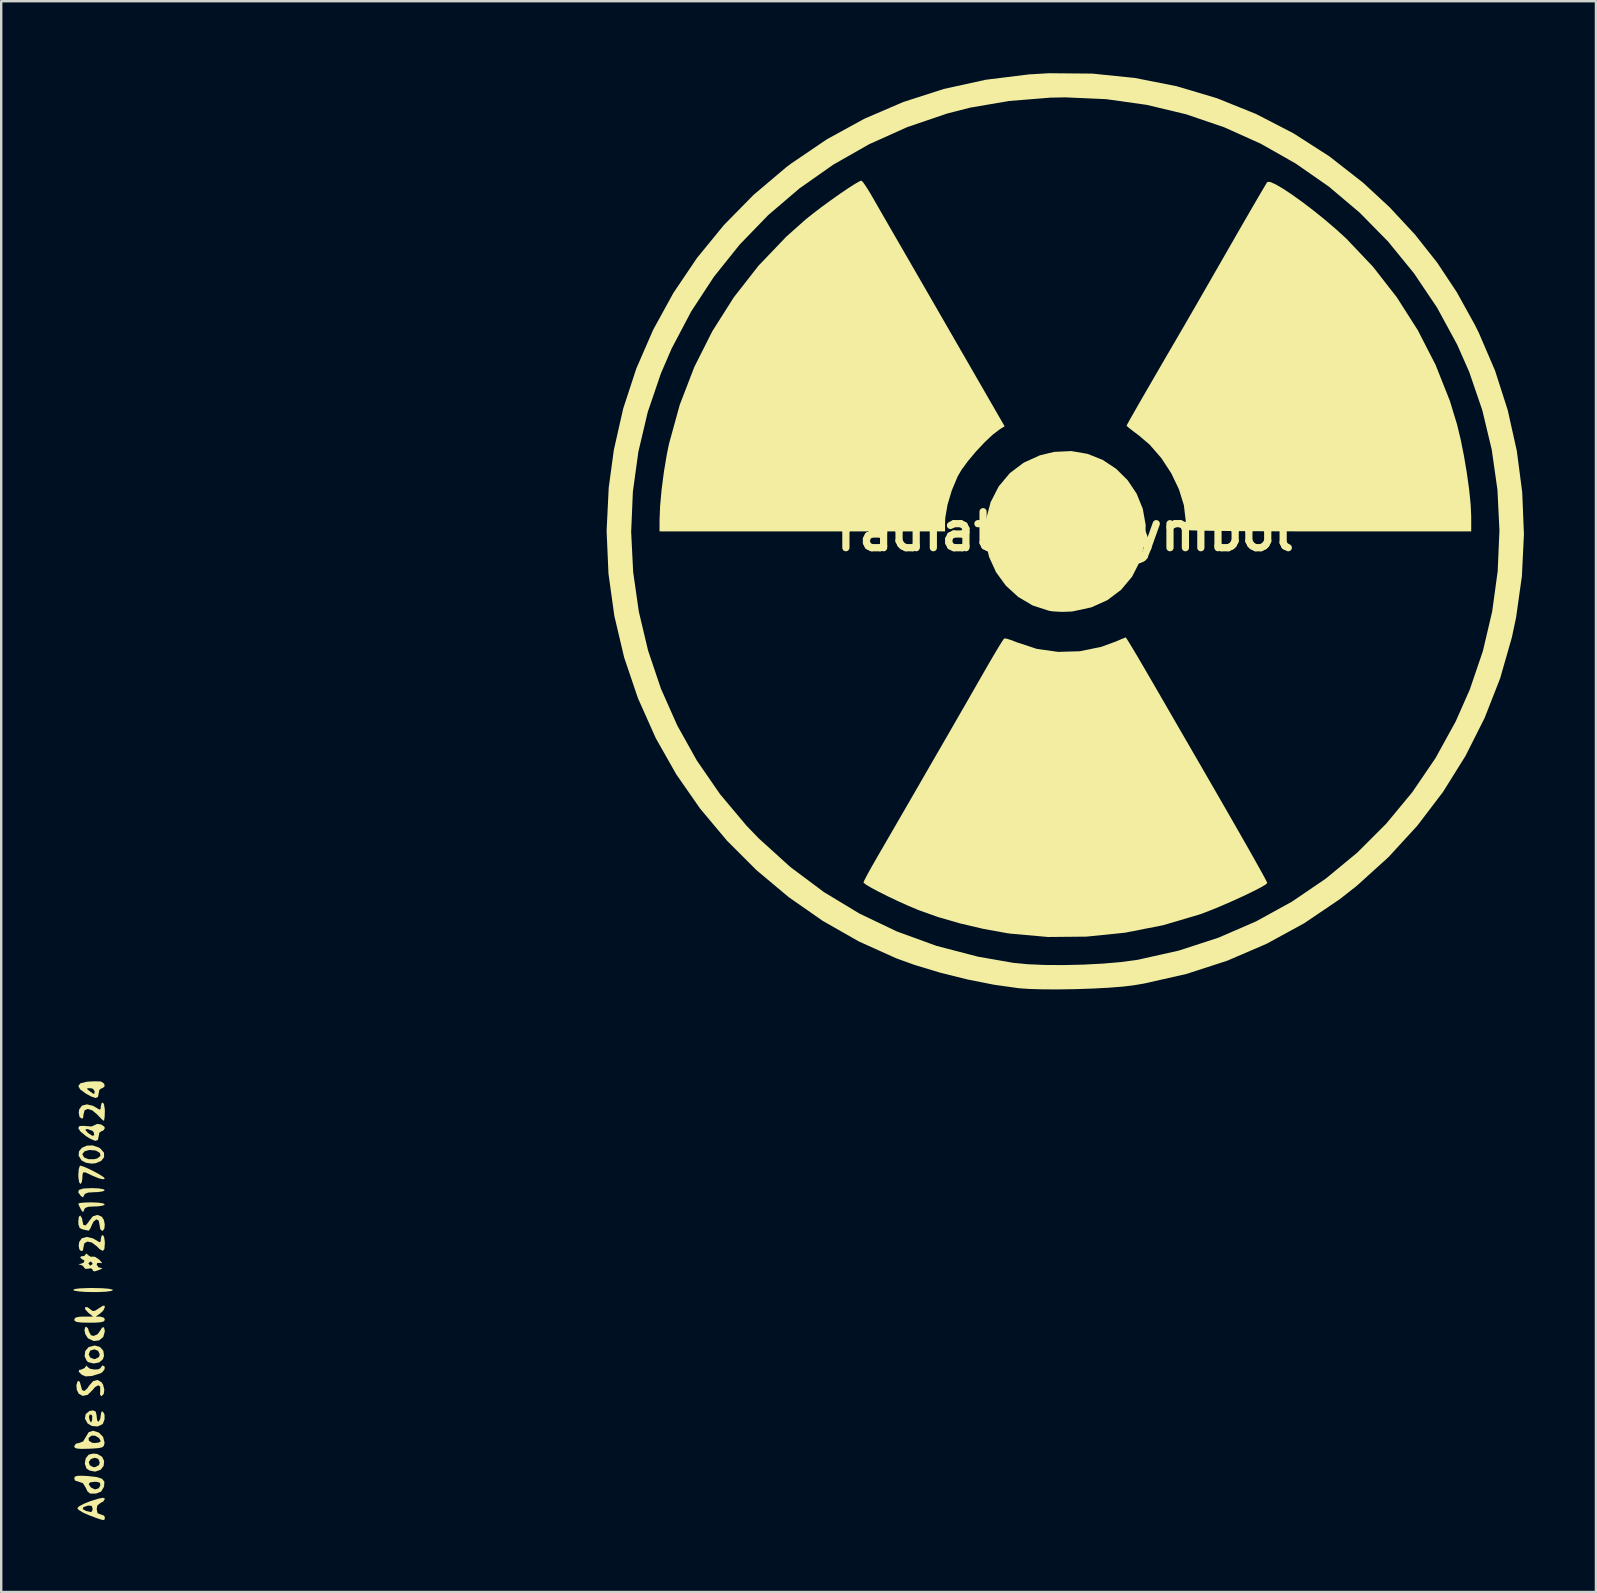
<source format=kicad_pcb>
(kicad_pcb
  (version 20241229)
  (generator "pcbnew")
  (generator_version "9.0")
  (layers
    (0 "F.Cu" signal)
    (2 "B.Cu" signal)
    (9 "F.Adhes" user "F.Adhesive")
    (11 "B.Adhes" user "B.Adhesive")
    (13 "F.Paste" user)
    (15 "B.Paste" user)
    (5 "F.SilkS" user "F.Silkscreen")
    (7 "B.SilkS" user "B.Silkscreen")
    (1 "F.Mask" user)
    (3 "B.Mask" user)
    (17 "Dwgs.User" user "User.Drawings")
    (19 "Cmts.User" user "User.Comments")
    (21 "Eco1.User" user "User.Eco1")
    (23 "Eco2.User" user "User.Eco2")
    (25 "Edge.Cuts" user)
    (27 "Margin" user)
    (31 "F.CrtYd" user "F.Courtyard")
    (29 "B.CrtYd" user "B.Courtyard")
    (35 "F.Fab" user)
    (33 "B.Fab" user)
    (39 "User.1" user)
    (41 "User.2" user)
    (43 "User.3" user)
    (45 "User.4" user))
  (footprint "radiation_symbol"
    (layer "F.Cu")
    (at 41.328 19.086)
    (property "Reference" "radiation_symbol" (at 0 0 0) (layer "F.SilkS") (effects (font (size 1.5 1.5) (thickness 0.3))))
    (attr board_only exclude_from_pos_files exclude_from_bom)
    (fp_poly (pts (xy -40.275 27.366) (xy -40.077 27.398) (xy -40.011 27.439) (xy -40.088 27.488) (xy -40.283 27.518) (xy -40.43 27.524) (xy -40.704 27.54) (xy -40.842 27.595) (xy -40.876 27.656) (xy -40.92 27.741) (xy -41.01 27.682) (xy -41.12 27.529) (xy -41.088 27.428) (xy -40.906 27.371) (xy -40.565 27.354) (xy -40.564 27.354)) (stroke (width 0) (type solid)) (fill yes) (layer "F.SilkS"))
    (fp_poly (pts (xy -40.13 31.524) (xy -39.843 31.547) (xy -39.69 31.581) (xy -39.672 31.601) (xy -39.752 31.641) (xy -39.976 31.67) (xy -40.317 31.685) (xy -40.474 31.686) (xy -40.829 31.678) (xy -41.115 31.655) (xy -41.292 31.622) (xy -41.328 31.601) (xy -41.275 31.559) (xy -41.062 31.531) (xy -40.698 31.517) (xy -40.526 31.516)) (stroke (width 0) (type solid)) (fill yes) (layer "F.SilkS"))
    (fp_poly (pts (xy -40.275 27.96) (xy -40.077 27.992) (xy -40.011 28.033) (xy -40.088 28.082) (xy -40.283 28.113) (xy -40.43 28.118) (xy -40.695 28.132) (xy -40.832 28.181) (xy -40.88 28.267) (xy -40.913 28.357) (xy -40.969 28.306) (xy -41.013 28.23) (xy -41.092 28.071) (xy -41.116 27.997) (xy -41.038 27.972) (xy -40.835 27.955) (xy -40.564 27.948)) (stroke (width 0) (type solid)) (fill yes) (layer "F.SilkS"))
    (fp_poly (pts (xy -40.71 33.203) (xy -40.676 33.322) (xy -40.591 33.481) (xy -40.479 33.513) (xy -40.314 33.441) (xy -40.225 33.322) (xy -40.124 33.16) (xy -40.046 33.155) (xy -40.012 33.307) (xy -40.011 33.326) (xy -40.079 33.559) (xy -40.249 33.698) (xy -40.471 33.725) (xy -40.695 33.621) (xy -40.727 33.592) (xy -40.823 33.439) (xy -40.86 33.271) (xy -40.83 33.151) (xy -40.782 33.13)) (stroke (width 0) (type solid)) (fill yes) (layer "F.SilkS"))
    (fp_poly (pts (xy -40.013 34.796) (xy -40.027 34.91) (xy -40.121 35.028) (xy -40.203 35.074) (xy -40.562 35.182) (xy -40.812 35.197) (xy -40.967 35.134) (xy -41.099 35.003) (xy -41.081 34.928) (xy -40.995 34.914) (xy -40.854 34.849) (xy -40.825 34.808) (xy -40.77 34.746) (xy -40.726 34.808) (xy -40.625 34.879) (xy -40.453 34.911) (xy -40.282 34.902) (xy -40.185 34.848) (xy -40.181 34.829) (xy -40.117 34.747) (xy -40.096 34.744)) (stroke (width 0) (type solid)) (fill yes) (layer "F.SilkS"))
    (fp_poly (pts (xy -40.901 26.456) (xy -40.688 26.548) (xy -40.444 26.67) (xy -40.217 26.796) (xy -40.058 26.901) (xy -40.011 26.953) (xy -40.08 26.987) (xy -40.262 26.946) (xy -40.525 26.839) (xy -40.623 26.791) (xy -40.824 26.698) (xy -40.918 26.704) (xy -40.944 26.826) (xy -40.946 26.929) (xy -40.97 27.108) (xy -41.03 27.184) (xy -41.031 27.184) (xy -41.081 27.108) (xy -41.112 26.916) (xy -41.116 26.802) (xy -41.099 26.574) (xy -41.057 26.437) (xy -41.033 26.419)) (stroke (width 0) (type solid)) (fill yes) (layer "F.SilkS"))
    (fp_poly (pts (xy -40.328 38.427) (xy -40.126 38.544) (xy -40.04 38.726) (xy -40.062 38.924) (xy -40.185 39.086) (xy -40.402 39.161) (xy -40.429 39.162) (xy -40.642 39.121) (xy -40.772 39.039) (xy -40.846 38.835) (xy -40.835 38.767) (xy -40.68 38.767) (xy -40.638 38.897) (xy -40.504 38.975) (xy -40.415 38.977) (xy -40.255 38.892) (xy -40.224 38.781) (xy -40.287 38.629) (xy -40.442 38.586) (xy -40.597 38.644) (xy -40.68 38.767) (xy -40.835 38.767) (xy -40.807 38.609) (xy -40.683 38.457) (xy -40.501 38.412)) (stroke (width 0) (type solid)) (fill yes) (layer "F.SilkS"))
    (fp_poly (pts (xy -40.043 29.383) (xy -40.014 29.571) (xy -40.011 29.647) (xy -40.029 29.889) (xy -40.093 29.972) (xy -40.221 29.902) (xy -40.354 29.771) (xy -40.556 29.619) (xy -40.74 29.581) (xy -40.865 29.657) (xy -40.897 29.796) (xy -40.925 29.956) (xy -41.006 29.975) (xy -41.076 29.898) (xy -41.1 29.752) (xy -41.08 29.6) (xy -40.966 29.442) (xy -40.761 29.389) (xy -40.51 29.446) (xy -40.37 29.525) (xy -40.234 29.609) (xy -40.186 29.578) (xy -40.181 29.482) (xy -40.147 29.342) (xy -40.096 29.308)) (stroke (width 0) (type solid)) (fill yes) (layer "F.SilkS"))
    (fp_poly (pts (xy -40.216 33.971) (xy -40.075 34.125) (xy -40.044 34.341) (xy -40.095 34.486) (xy -40.248 34.617) (xy -40.474 34.66) (xy -40.691 34.608) (xy -40.759 34.558) (xy -40.854 34.361) (xy -40.845 34.283) (xy -40.684 34.283) (xy -40.616 34.416) (xy -40.46 34.477) (xy -40.415 34.474) (xy -40.255 34.39) (xy -40.224 34.278) (xy -40.291 34.133) (xy -40.444 34.07) (xy -40.606 34.118) (xy -40.626 34.136) (xy -40.684 34.283) (xy -40.845 34.283) (xy -40.828 34.143) (xy -40.691 33.98) (xy -40.683 33.976) (xy -40.431 33.911)) (stroke (width 0) (type solid)) (fill yes) (layer "F.SilkS"))
    (fp_poly (pts (xy -40.147 35.443) (xy -40.083 35.546) (xy -40.032 35.755) (xy -40.059 35.933) (xy -40.152 36.018) (xy -40.167 36.019) (xy -40.211 35.948) (xy -40.204 35.816) (xy -40.204 35.623) (xy -40.286 35.566) (xy -40.424 35.648) (xy -40.52 35.763) (xy -40.726 35.966) (xy -40.932 36.01) (xy -41.099 35.917) (xy -41.179 35.757) (xy -41.196 35.559) (xy -41.146 35.406) (xy -41.122 35.385) (xy -41.056 35.42) (xy -41.015 35.565) (xy -40.958 35.767) (xy -40.859 35.806) (xy -40.728 35.681) (xy -40.674 35.593) (xy -40.501 35.396) (xy -40.314 35.345)) (stroke (width 0) (type solid)) (fill yes) (layer "F.SilkS"))
    (fp_poly (pts (xy -40.046 23.862) (xy -40.015 24.054) (xy -40.011 24.168) (xy -40.02 24.396) (xy -40.041 24.533) (xy -40.053 24.551) (xy -40.13 24.493) (xy -40.273 24.35) (xy -40.325 24.292) (xy -40.533 24.117) (xy -40.721 24.056) (xy -40.853 24.112) (xy -40.897 24.274) (xy -40.916 24.424) (xy -40.955 24.466) (xy -41.064 24.394) (xy -41.099 24.213) (xy -41.08 24.078) (xy -40.966 23.92) (xy -40.761 23.867) (xy -40.51 23.924) (xy -40.37 24.003) (xy -40.234 24.087) (xy -40.186 24.057) (xy -40.181 23.961) (xy -40.147 23.82) (xy -40.096 23.786)) (stroke (width 0) (type solid)) (fill yes) (layer "F.SilkS"))
    (fp_poly (pts (xy -40.264 25.662) (xy -40.2 25.702) (xy -40.047 25.879) (xy -40.041 26.063) (xy -40.162 26.22) (xy -40.392 26.318) (xy -40.564 26.334) (xy -40.802 26.296) (xy -40.98 26.203) (xy -40.982 26.201) (xy -41.104 26.002) (xy -41.099 25.951) (xy -40.946 25.951) (xy -40.873 26.079) (xy -40.69 26.15) (xy -40.453 26.15) (xy -40.316 26.113) (xy -40.193 26.012) (xy -40.216 25.891) (xy -40.373 25.796) (xy -40.401 25.788) (xy -40.653 25.765) (xy -40.852 25.818) (xy -40.944 25.931) (xy -40.946 25.951) (xy -41.099 25.951) (xy -41.087 25.819) (xy -40.963 25.674) (xy -40.763 25.586) (xy -40.52 25.576)) (stroke (width 0) (type solid)) (fill yes) (layer "F.SilkS"))
    (fp_poly (pts (xy -40.219 22.911) (xy -40.16 22.92) (xy -40.04 23.001) (xy -40.019 23.114) (xy -40.101 23.187) (xy -40.139 23.191) (xy -40.241 23.265) (xy -40.266 23.404) (xy -40.295 23.557) (xy -40.396 23.601) (xy -40.59 23.534) (xy -40.796 23.421) (xy -41.039 23.243) (xy -41.063 23.199) (xy -40.751 23.199) (xy -40.733 23.245) (xy -40.643 23.316) (xy -40.499 23.42) (xy -40.444 23.422) (xy -40.436 23.322) (xy -40.436 23.319) (xy -40.508 23.215) (xy -40.622 23.191) (xy -40.751 23.199) (xy -41.063 23.199) (xy -41.116 23.098) (xy -41.029 22.99) (xy -40.778 22.926) (xy -40.712 22.919) (xy -40.439 22.905)) (stroke (width 0) (type solid)) (fill yes) (layer "F.SilkS"))
    (fp_poly (pts (xy -40.021 32.256) (xy -40.011 32.313) (xy -40.075 32.454) (xy -40.2 32.573) (xy -40.389 32.706) (xy -40.2 32.706) (xy -40.047 32.755) (xy -40.011 32.833) (xy -40.045 32.9) (xy -40.165 32.94) (xy -40.404 32.958) (xy -40.648 32.961) (xy -40.985 32.954) (xy -41.182 32.93) (xy -41.271 32.882) (xy -41.286 32.833) (xy -41.237 32.75) (xy -41.07 32.712) (xy -40.894 32.706) (xy -40.502 32.706) (xy -40.703 32.543) (xy -40.824 32.411) (xy -40.839 32.317) (xy -40.838 32.315) (xy -40.736 32.315) (xy -40.632 32.388) (xy -40.525 32.473) (xy -40.419 32.463) (xy -40.252 32.356) (xy -40.09 32.253)) (stroke (width 0) (type solid)) (fill yes) (layer "F.SilkS"))
    (fp_poly (pts (xy -40.734 39.347) (xy -40.357 39.388) (xy -40.129 39.461) (xy -40.031 39.581) (xy -40.041 39.761) (xy -40.06 39.82) (xy -40.167 39.997) (xy -40.358 40.073) (xy -40.422 40.081) (xy -40.625 40.078) (xy -40.737 39.986) (xy -40.8 39.847) (xy -40.892 39.695) (xy -40.681 39.695) (xy -40.587 39.827) (xy -40.419 39.907) (xy -40.265 39.857) (xy -40.197 39.734) (xy -40.216 39.628) (xy -40.353 39.589) (xy -40.43 39.587) (xy -40.635 39.613) (xy -40.681 39.695) (xy -40.892 39.695) (xy -40.921 39.647) (xy -41.092 39.587) (xy -41.252 39.536) (xy -41.286 39.449) (xy -41.261 39.376) (xy -41.162 39.34) (xy -40.955 39.336)) (stroke (width 0) (type solid)) (fill yes) (layer "F.SilkS"))
    (fp_poly (pts (xy -40.135 28.547) (xy -40.049 28.686) (xy -40.014 28.874) (xy -40.032 29.047) (xy -40.104 29.136) (xy -40.121 29.138) (xy -40.202 29.064) (xy -40.227 28.912) (xy -40.265 28.711) (xy -40.362 28.654) (xy -40.479 28.746) (xy -40.544 28.874) (xy -40.623 29.05) (xy -40.684 29.126) (xy -40.688 29.126) (xy -40.799 29.103) (xy -40.925 29.078) (xy -41.058 29.018) (xy -41.11 28.872) (xy -41.116 28.745) (xy -41.095 28.554) (xy -41.041 28.496) (xy -41.031 28.501) (xy -40.959 28.621) (xy -40.946 28.713) (xy -40.907 28.885) (xy -40.814 28.909) (xy -40.698 28.782) (xy -40.675 28.737) (xy -40.513 28.532) (xy -40.315 28.47)) (stroke (width 0) (type solid)) (fill yes) (layer "F.SilkS"))
    (fp_poly (pts (xy -40.391 36.662) (xy -40.352 36.83) (xy -40.351 36.873) (xy -40.328 37.043) (xy -40.269 37.082) (xy -40.266 37.081) (xy -40.201 36.964) (xy -40.181 36.816) (xy -40.154 36.674) (xy -40.096 36.656) (xy -40.024 36.786) (xy -40.022 36.983) (xy -40.089 37.161) (xy -40.113 37.191) (xy -40.311 37.283) (xy -40.55 37.264) (xy -40.727 37.159) (xy -40.84 36.957) (xy -40.827 36.877) (xy -40.673 36.877) (xy -40.646 37.013) (xy -40.59 37.12) (xy -40.557 37.067) (xy -40.543 37.01) (xy -40.535 36.856) (xy -40.556 36.805) (xy -40.637 36.785) (xy -40.673 36.877) (xy -40.827 36.877) (xy -40.809 36.767) (xy -40.654 36.639) (xy -40.504 36.613)) (stroke (width 0) (type solid)) (fill yes) (layer "F.SilkS"))
    (fp_poly (pts (xy -40.163 24.706) (xy -40.035 24.792) (xy -40.011 24.858) (xy -40.08 24.962) (xy -40.139 24.975) (xy -40.241 25.049) (xy -40.266 25.188) (xy -40.299 25.348) (xy -40.407 25.387) (xy -40.608 25.305) (xy -40.799 25.185) (xy -41.028 24.997) (xy -41.07 24.931) (xy -40.824 24.931) (xy -40.726 25.043) (xy -40.693 25.071) (xy -40.528 25.177) (xy -40.45 25.145) (xy -40.45 25.143) (xy -40.48 25.015) (xy -40.532 24.967) (xy -40.714 24.9) (xy -40.776 24.894) (xy -40.824 24.931) (xy -41.07 24.931) (xy -41.118 24.854) (xy -41.068 24.769) (xy -40.877 24.76) (xy -40.809 24.77) (xy -40.567 24.787) (xy -40.445 24.735) (xy -40.328 24.679)) (stroke (width 0) (type solid)) (fill yes) (layer "F.SilkS"))
    (fp_poly (pts (xy -40.261 37.536) (xy -40.085 37.717) (xy -40.023 37.951) (xy -40.026 37.987) (xy -40.053 38.09) (xy -40.125 38.152) (xy -40.28 38.186) (xy -40.554 38.205) (xy -40.67 38.21) (xy -40.995 38.217) (xy -41.184 38.202) (xy -41.269 38.16) (xy -41.286 38.104) (xy -41.213 37.997) (xy -41.092 37.973) (xy -40.917 37.91) (xy -40.83 37.764) (xy -40.689 37.764) (xy -40.676 37.878) (xy -40.545 37.96) (xy -40.436 37.973) (xy -40.257 37.951) (xy -40.181 37.899) (xy -40.181 37.898) (xy -40.252 37.766) (xy -40.408 37.671) (xy -40.562 37.663) (xy -40.689 37.764) (xy -40.83 37.764) (xy -40.802 37.718) (xy -40.685 37.523) (xy -40.511 37.463) (xy -40.499 37.463)) (stroke (width 0) (type solid)) (fill yes) (layer "F.SilkS"))
    (fp_poly (pts (xy 0.928 -3.23) (xy 1.558 -2.977) (xy 2.119 -2.605) (xy 2.595 -2.131) (xy 2.969 -1.571) (xy 3.225 -0.941) (xy 3.346 -0.259) (xy 3.314 0.459) (xy 3.311 0.477) (xy 3.113 1.23) (xy 2.78 1.884) (xy 2.322 2.432) (xy 1.752 2.862) (xy 1.08 3.164) (xy 0.317 3.329) (xy 0.212 3.34) (xy -0.144 3.352) (xy -0.501 3.333) (xy -0.676 3.308) (xy -1.357 3.087) (xy -1.963 2.731) (xy -2.479 2.26) (xy -2.889 1.697) (xy -3.178 1.064) (xy -3.331 0.383) (xy -3.332 -0.325) (xy -3.312 -0.472) (xy -3.113 -1.22) (xy -2.776 -1.876) (xy -2.314 -2.428) (xy -1.737 -2.863) (xy -1.06 -3.17) (xy -0.472 -3.312) (xy 0.246 -3.347)) (stroke (width 0) (type solid)) (fill yes) (layer "F.SilkS"))
    (fp_poly (pts (xy -40.016 40.281) (xy -40.011 40.304) (xy -40.082 40.414) (xy -40.181 40.461) (xy -40.322 40.571) (xy -40.351 40.725) (xy -40.314 40.896) (xy -40.185 40.946) (xy -40.181 40.946) (xy -40.043 40.999) (xy -40.011 41.073) (xy -40.017 41.148) (xy -40.056 41.18) (xy -40.161 41.164) (xy -40.363 41.096) (xy -40.648 40.989) (xy -40.911 40.875) (xy -41.095 40.764) (xy -41.128 40.725) (xy -40.929 40.725) (xy -40.8 40.801) (xy -40.585 40.851) (xy -40.532 40.789) (xy -40.521 40.703) (xy -40.559 40.59) (xy -40.7 40.579) (xy -40.733 40.585) (xy -40.91 40.648) (xy -40.929 40.725) (xy -41.128 40.725) (xy -41.158 40.688) (xy -41.084 40.61) (xy -40.887 40.504) (xy -40.61 40.394) (xy -40.585 40.386) (xy -40.272 40.288) (xy -40.09 40.254)) (stroke (width 0) (type solid)) (fill yes) (layer "F.SilkS"))
    (fp_poly (pts (xy -40.707 30.147) (xy -40.591 30.219) (xy -40.532 30.206) (xy -40.413 30.219) (xy -40.253 30.329) (xy -40.246 30.335) (xy -40.134 30.456) (xy -40.15 30.485) (xy -40.203 30.47) (xy -40.328 30.472) (xy -40.351 30.542) (xy -40.281 30.651) (xy -40.203 30.673) (xy -40.112 30.687) (xy -40.173 30.729) (xy -40.224 30.752) (xy -40.421 30.822) (xy -40.508 30.805) (xy -40.521 30.746) (xy -40.587 30.694) (xy -40.691 30.709) (xy -40.825 30.719) (xy -40.861 30.679) (xy -40.931 30.589) (xy -41.01 30.556) (xy -41.114 30.523) (xy -41.054 30.51) (xy -41.01 30.507) (xy -40.986 30.497) (xy -40.691 30.497) (xy -40.626 30.579) (xy -40.606 30.582) (xy -40.524 30.517) (xy -40.521 30.497) (xy -40.586 30.415) (xy -40.606 30.412) (xy -40.689 30.477) (xy -40.691 30.497) (xy -40.986 30.497) (xy -40.893 30.458) (xy -40.86 30.376) (xy -40.933 30.328) (xy -40.946 30.327) (xy -41.028 30.262) (xy -41.031 30.237) (xy -40.98 30.184) (xy -40.953 30.195) (xy -40.858 30.177) (xy -40.832 30.136) (xy -40.776 30.077)) (stroke (width 0) (type solid)) (fill yes) (layer "F.SilkS"))
    (fp_poly (pts (xy -8.426 -14.543) (xy -8.297 -14.358) (xy -8.132 -14.092) (xy -8.051 -13.953) (xy -7.883 -13.66) (xy -7.652 -13.258) (xy -7.381 -12.788) (xy -7.092 -12.288) (xy -6.864 -11.893) (xy -6.636 -11.498) (xy -6.338 -10.982) (xy -5.985 -10.371) (xy -5.593 -9.691) (xy -5.177 -8.969) (xy -4.751 -8.231) (xy -4.332 -7.503) (xy -4.292 -7.435) (xy -2.531 -4.379) (xy -2.731 -4.255) (xy -3.022 -4.034) (xy -3.365 -3.712) (xy -3.723 -3.33) (xy -4.058 -2.931) (xy -4.331 -2.557) (xy -4.485 -2.294) (xy -4.732 -1.705) (xy -4.909 -1.113) (xy -5.002 -0.573) (xy -5.012 -0.364) (xy -5.012 0) (xy -10.959 0) (xy -16.905 0) (xy -16.905 -0.458) (xy -16.882 -1.053) (xy -16.818 -1.752) (xy -16.721 -2.497) (xy -16.597 -3.23) (xy -16.511 -3.65) (xy -16.062 -5.278) (xy -15.459 -6.844) (xy -14.707 -8.338) (xy -13.813 -9.749) (xy -12.784 -11.066) (xy -11.625 -12.278) (xy -10.831 -12.985) (xy -10.515 -13.238) (xy -10.151 -13.516) (xy -9.766 -13.797) (xy -9.388 -14.065) (xy -9.043 -14.298) (xy -8.759 -14.479) (xy -8.564 -14.588) (xy -8.495 -14.611)) (stroke (width 0) (type solid)) (fill yes) (layer "F.SilkS"))
    (fp_poly (pts (xy 8.745 -14.464) (xy 9.053 -14.285) (xy 9.431 -14.036) (xy 9.857 -13.731) (xy 10.313 -13.384) (xy 10.78 -13.009) (xy 11.236 -12.621) (xy 11.664 -12.233) (xy 11.709 -12.19) (xy 12.812 -11.027) (xy 13.808 -9.749) (xy 14.683 -8.376) (xy 15.423 -6.932) (xy 16.016 -5.438) (xy 16.318 -4.445) (xy 16.466 -3.829) (xy 16.603 -3.144) (xy 16.723 -2.435) (xy 16.818 -1.749) (xy 16.881 -1.132) (xy 16.905 -0.631) (xy 16.905 -0.616) (xy 16.905 0) (xy 11.015 0) (xy 10.03 -0.001) (xy 9.095 -0.003) (xy 8.224 -0.007) (xy 7.43 -0.012) (xy 6.728 -0.018) (xy 6.131 -0.025) (xy 5.654 -0.033) (xy 5.309 -0.041) (xy 5.112 -0.05) (xy 5.069 -0.057) (xy 5.033 -0.171) (xy 5.013 -0.385) (xy 5.011 -0.46) (xy 4.936 -1.09) (xy 4.729 -1.757) (xy 4.409 -2.424) (xy 3.997 -3.054) (xy 3.514 -3.61) (xy 3.063 -3.996) (xy 2.816 -4.18) (xy 2.634 -4.323) (xy 2.55 -4.399) (xy 2.548 -4.403) (xy 2.59 -4.485) (xy 2.711 -4.702) (xy 2.904 -5.041) (xy 3.161 -5.49) (xy 3.477 -6.036) (xy 3.843 -6.668) (xy 4.253 -7.374) (xy 4.7 -8.14) (xy 4.758 -8.24) (xy 4.94 -8.552) (xy 5.19 -8.985) (xy 5.496 -9.515) (xy 5.841 -10.114) (xy 6.211 -10.759) (xy 6.592 -11.421) (xy 6.838 -11.851) (xy 7.188 -12.461) (xy 7.514 -13.026) (xy 7.804 -13.527) (xy 8.049 -13.948) (xy 8.239 -14.271) (xy 8.364 -14.48) (xy 8.412 -14.556) (xy 8.525 -14.559)) (stroke (width 0) (type solid)) (fill yes) (layer "F.SilkS"))
    (fp_poly (pts (xy 2.549 4.463) (xy 2.64 4.606) (xy 2.79 4.853) (xy 3.004 5.212) (xy 3.285 5.692) (xy 3.639 6.301) (xy 4.07 7.045) (xy 4.294 7.433) (xy 4.623 8.003) (xy 5.003 8.659) (xy 5.399 9.344) (xy 5.776 9.996) (xy 6.013 10.406) (xy 6.486 11.225) (xy 6.922 11.984) (xy 7.315 12.671) (xy 7.659 13.274) (xy 7.945 13.783) (xy 8.169 14.184) (xy 8.323 14.468) (xy 8.401 14.621) (xy 8.41 14.644) (xy 8.336 14.713) (xy 8.133 14.832) (xy 7.828 14.989) (xy 7.45 15.172) (xy 7.026 15.367) (xy 6.585 15.56) (xy 6.155 15.74) (xy 5.763 15.893) (xy 5.604 15.951) (xy 4.067 16.405) (xy 2.481 16.716) (xy 0.874 16.879) (xy -0.725 16.894) (xy -2.286 16.755) (xy -2.441 16.733) (xy -3.409 16.558) (xy -4.383 16.329) (xy -5.305 16.063) (xy -6.116 15.773) (xy -6.127 15.769) (xy -6.541 15.595) (xy -6.973 15.401) (xy -7.393 15.201) (xy -7.775 15.01) (xy -8.091 14.841) (xy -8.311 14.71) (xy -8.408 14.629) (xy -8.41 14.622) (xy -8.369 14.525) (xy -8.258 14.311) (xy -8.093 14.011) (xy -7.889 13.653) (xy -7.848 13.582) (xy -7.708 13.341) (xy -7.562 13.089) (xy -7.402 12.813) (xy -7.22 12.499) (xy -7.008 12.132) (xy -6.758 11.7) (xy -6.461 11.187) (xy -6.111 10.581) (xy -5.699 9.866) (xy -5.216 9.03) (xy -4.76 8.24) (xy -4.498 7.785) (xy -4.183 7.239) (xy -3.849 6.656) (xy -3.526 6.093) (xy -3.381 5.84) (xy -3.133 5.41) (xy -2.911 5.033) (xy -2.73 4.732) (xy -2.604 4.533) (xy -2.549 4.46) (xy -2.441 4.469) (xy -2.23 4.536) (xy -2.027 4.617) (xy -1.186 4.894) (xy -0.3 5.018) (xy 0.601 4.991) (xy 1.487 4.811) (xy 2.108 4.584) (xy 2.332 4.487) (xy 2.481 4.427) (xy 2.512 4.417)) (stroke (width 0) (type solid)) (fill yes) (layer "F.SilkS"))
    (fp_poly (pts (xy 1.122 -19.07) (xy 2.893 -18.889) (xy 4.625 -18.547) (xy 6.31 -18.046) (xy 7.938 -17.39) (xy 9.502 -16.582) (xy 10.994 -15.625) (xy 12.404 -14.523) (xy 13.504 -13.504) (xy 14.558 -12.371) (xy 15.483 -11.203) (xy 16.307 -9.96) (xy 17.059 -8.6) (xy 17.217 -8.283) (xy 17.896 -6.703) (xy 18.425 -5.056) (xy 18.804 -3.359) (xy 19.03 -1.628) (xy 19.101 0.12) (xy 19.016 1.867) (xy 18.772 3.597) (xy 18.598 4.417) (xy 18.109 6.124) (xy 17.463 7.771) (xy 16.668 9.35) (xy 15.732 10.849) (xy 14.66 12.258) (xy 13.46 13.566) (xy 12.139 14.762) (xy 11.426 15.322) (xy 9.951 16.32) (xy 8.388 17.174) (xy 6.748 17.88) (xy 5.038 18.435) (xy 3.268 18.835) (xy 2.846 18.906) (xy 2.39 18.961) (xy 1.807 19.007) (xy 1.139 19.042) (xy 0.43 19.066) (xy -0.278 19.077) (xy -0.942 19.075) (xy -1.519 19.058) (xy -1.939 19.028) (xy -2.971 18.883) (xy -4.082 18.663) (xy -5.206 18.383) (xy -6.278 18.059) (xy -7.051 17.78) (xy -8.609 17.077) (xy -10.106 16.224) (xy -11.528 15.232) (xy -12.863 14.114) (xy -14.097 12.881) (xy -15.216 11.545) (xy -16.208 10.119) (xy -17.06 8.615) (xy -17.07 8.594) (xy -17.805 6.947) (xy -18.378 5.254) (xy -18.787 3.523) (xy -19.032 1.761) (xy -19.108 0.021) (xy -18.087 0.021) (xy -18.004 1.689) (xy -17.768 3.341) (xy -17.382 4.964) (xy -16.848 6.548) (xy -16.168 8.081) (xy -15.347 9.551) (xy -14.384 10.946) (xy -13.284 12.256) (xy -12.77 12.789) (xy -11.456 13.98) (xy -10.058 15.024) (xy -8.577 15.919) (xy -7.014 16.666) (xy -5.369 17.264) (xy -3.643 17.714) (xy -2.166 17.971) (xy -1.575 18.028) (xy -0.862 18.059) (xy -0.072 18.064) (xy 0.75 18.045) (xy 1.557 18.003) (xy 2.305 17.939) (xy 2.948 17.854) (xy 3.011 17.844) (xy 4.723 17.461) (xy 6.371 16.925) (xy 7.947 16.242) (xy 9.442 15.419) (xy 10.849 14.462) (xy 12.159 13.379) (xy 13.363 12.176) (xy 14.453 10.86) (xy 15.42 9.439) (xy 16.257 7.918) (xy 16.847 6.584) (xy 17.392 4.981) (xy 17.779 3.333) (xy 18.008 1.655) (xy 18.081 -0.038) (xy 17.998 -1.73) (xy 17.76 -3.407) (xy 17.366 -5.051) (xy 16.819 -6.65) (xy 16.32 -7.781) (xy 15.484 -9.319) (xy 14.521 -10.752) (xy 13.442 -12.075) (xy 12.255 -13.282) (xy 10.969 -14.367) (xy 9.594 -15.324) (xy 8.14 -16.149) (xy 6.614 -16.835) (xy 5.027 -17.376) (xy 3.387 -17.768) (xy 1.704 -18.005) (xy -0.012 -18.081) (xy -0.631 -18.068) (xy -2.343 -17.93) (xy -3.96 -17.653) (xy -4.922 -17.408) (xy -6.586 -16.842) (xy -8.172 -16.129) (xy -9.67 -15.276) (xy -11.074 -14.29) (xy -12.376 -13.178) (xy -13.568 -11.947) (xy -14.641 -10.606) (xy -15.588 -9.16) (xy -16.401 -7.618) (xy -16.847 -6.584) (xy -17.398 -4.966) (xy -17.787 -3.318) (xy -18.016 -1.652) (xy -18.087 0.021) (xy -19.108 0.021) (xy -19.11 -0.023) (xy -19.022 -1.822) (xy -18.808 -3.398) (xy -18.419 -5.116) (xy -17.872 -6.786) (xy -17.172 -8.396) (xy -16.327 -9.935) (xy -15.343 -11.393) (xy -14.226 -12.759) (xy -12.985 -14.022) (xy -11.625 -15.172) (xy -11.426 -15.322) (xy -9.936 -16.333) (xy -8.377 -17.188) (xy -6.752 -17.887) (xy -5.066 -18.43) (xy -3.321 -18.813) (xy -1.521 -19.037) (xy -0.68 -19.086)) (stroke (width 0) (type solid)) (fill yes) (layer "F.SilkS")))
  (gr_rect
    (start -3 -3)
    (end 63.429 63.265)
    (stroke (width 0.1) (type default))
    (fill no)
    (layer "Edge.Cuts")))
</source>
